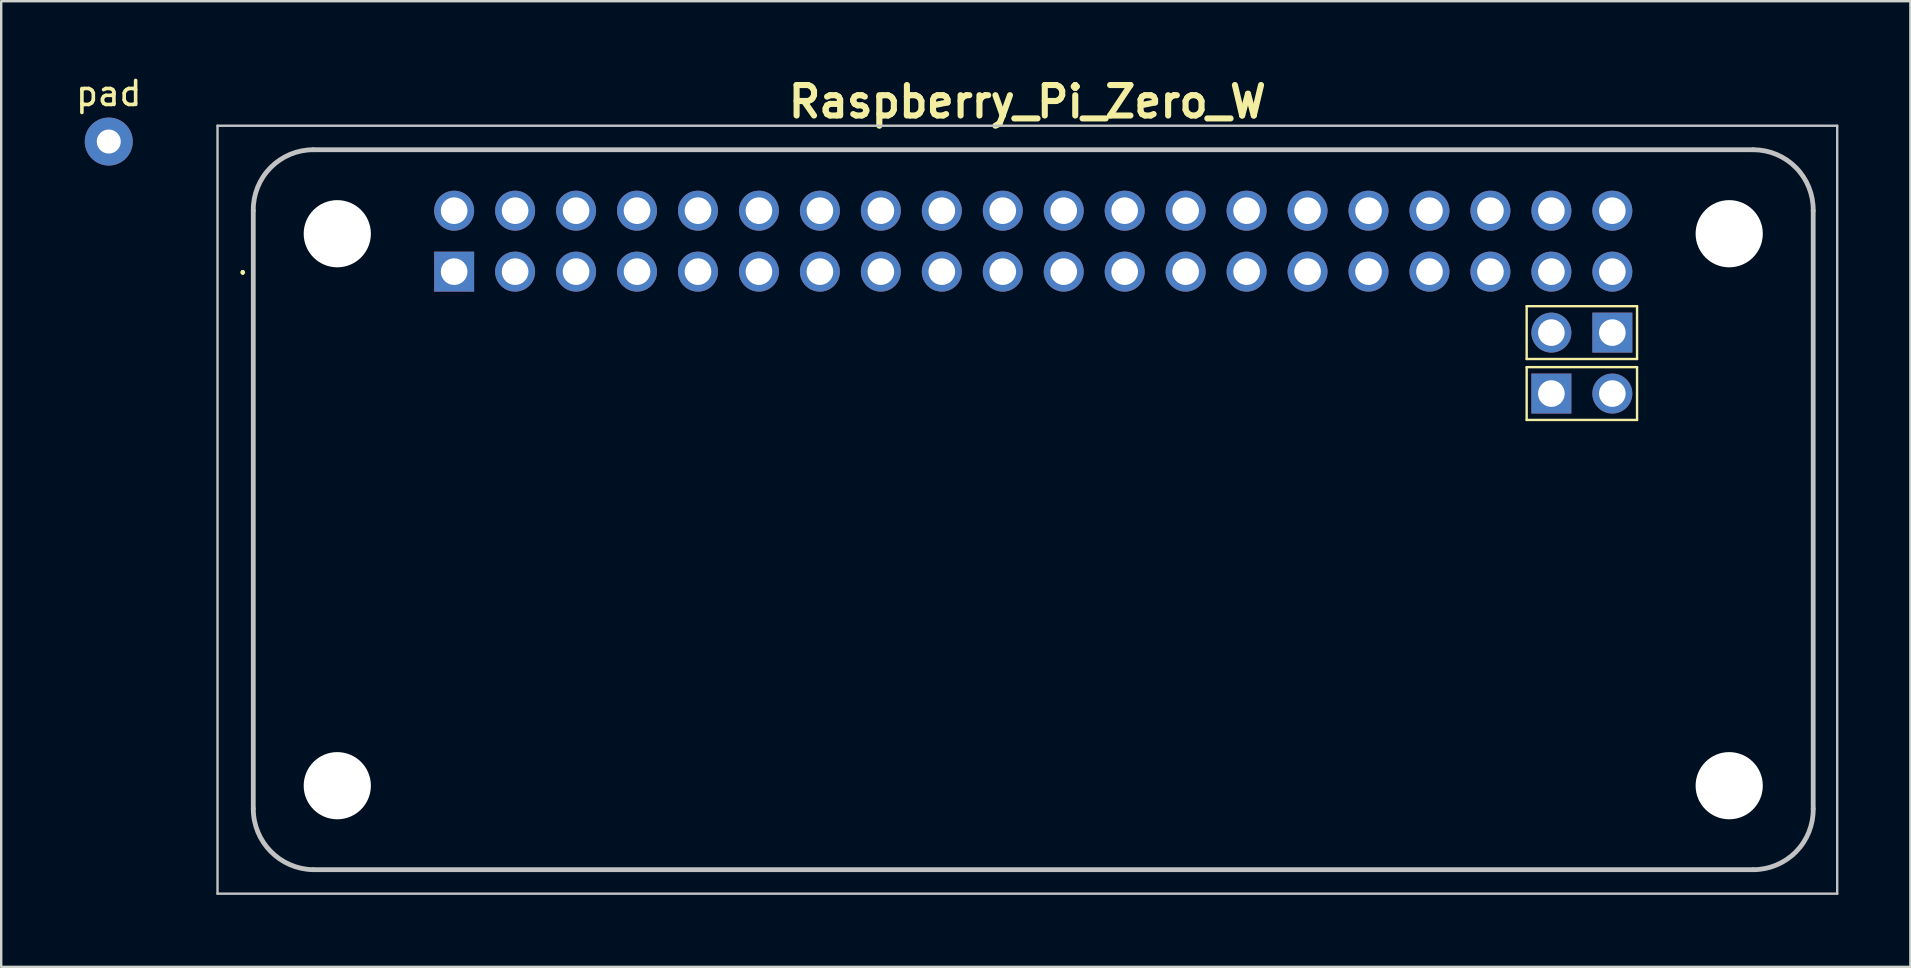
<source format=kicad_pcb>
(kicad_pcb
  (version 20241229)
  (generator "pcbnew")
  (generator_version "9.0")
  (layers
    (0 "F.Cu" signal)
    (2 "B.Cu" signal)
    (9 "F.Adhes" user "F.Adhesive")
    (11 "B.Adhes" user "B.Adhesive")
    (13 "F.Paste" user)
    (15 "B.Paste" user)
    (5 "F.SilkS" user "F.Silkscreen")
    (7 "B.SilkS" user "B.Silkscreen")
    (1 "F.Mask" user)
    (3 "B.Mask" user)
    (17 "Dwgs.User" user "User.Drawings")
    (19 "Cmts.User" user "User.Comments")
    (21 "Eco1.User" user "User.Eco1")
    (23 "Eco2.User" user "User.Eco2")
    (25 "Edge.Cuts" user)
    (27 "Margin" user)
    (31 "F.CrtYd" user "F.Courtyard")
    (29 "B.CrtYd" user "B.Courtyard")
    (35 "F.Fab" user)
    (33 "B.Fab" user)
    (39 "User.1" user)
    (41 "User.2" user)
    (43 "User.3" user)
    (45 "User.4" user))
  (footprint "Raspberry_Pi_Zero_W"
    (layer "F.Cu")
    (at 39.759 18.189)
    (property "Reference" "Raspberry_Pi_Zero_W" (at 0 -17 0) (layer "F.SilkS") (effects (font (size 1.27 1.27) (thickness 0.254))))
    (attr through_hole)
    (fp_line (start -32.695 -9.94) (end -32.695 -9.94) (stroke (width 0.1) (type solid)) (layer "F.SilkS"))
    (fp_line (start -32.695 -9.84) (end -32.695 -9.84) (stroke (width 0.1) (type solid)) (layer "F.SilkS"))
    (fp_line (start -32.255 -12.46) (end -32.255 12.46) (stroke (width 0.1) (type solid)) (layer "F.SilkS"))
    (fp_line (start -29.755 15) (end 30.245 15) (stroke (width 0.1) (type solid)) (layer "F.SilkS"))
    (fp_line (start 20.805 -8.48) (end 25.405 -8.48) (stroke (width 0.1) (type solid)) (layer "F.SilkS"))
    (fp_line (start 20.805 -6.28) (end 20.805 -8.48) (stroke (width 0.1) (type solid)) (layer "F.SilkS"))
    (fp_line (start 20.805 -5.94) (end 25.405 -5.94) (stroke (width 0.1) (type solid)) (layer "F.SilkS"))
    (fp_line (start 20.805 -3.74) (end 20.805 -5.94) (stroke (width 0.1) (type solid)) (layer "F.SilkS"))
    (fp_line (start 25.405 -8.48) (end 25.405 -6.28) (stroke (width 0.1) (type solid)) (layer "F.SilkS"))
    (fp_line (start 25.405 -6.28) (end 20.805 -6.28) (stroke (width 0.1) (type solid)) (layer "F.SilkS"))
    (fp_line (start 25.405 -5.94) (end 25.405 -3.74) (stroke (width 0.1) (type solid)) (layer "F.SilkS"))
    (fp_line (start 25.405 -3.74) (end 20.805 -3.74) (stroke (width 0.1) (type solid)) (layer "F.SilkS"))
    (fp_line (start 30.245 -15) (end -29.755 -15) (stroke (width 0.1) (type solid)) (layer "F.SilkS"))
    (fp_line (start 32.745 12.46) (end 32.745 -12.46) (stroke (width 0.1) (type solid)) (layer "F.SilkS"))
    (fp_arc (start -32.695 -9.94) (mid -32.645 -9.89) (end -32.695 -9.84) (stroke (width 0.1) (type solid)) (layer "F.SilkS"))
    (fp_arc (start -32.695 -9.84) (mid -32.745 -9.89) (end -32.695 -9.94) (stroke (width 0.1) (type solid)) (layer "F.SilkS"))
    (fp_arc (start -32.255061 -12.463955) (mid -31.535456 -14.254877) (end -29.755 -15) (stroke (width 0.1) (type solid)) (layer "F.SilkS"))
    (fp_arc (start -29.759015 14.999933) (mid -31.526564 14.240534) (end -32.255 12.46) (stroke (width 0.1) (type solid)) (layer "F.SilkS"))
    (fp_arc (start 30.249015 -14.999933) (mid 32.016564 -14.240534) (end 32.745 -12.46) (stroke (width 0.1) (type solid)) (layer "F.SilkS"))
    (fp_arc (start 32.745061 12.463955) (mid 32.025456 14.254877) (end 30.245 15) (stroke (width 0.1) (type solid)) (layer "F.SilkS"))
    (fp_line (start -33.745 -16) (end 33.745 -16) (stroke (width 0.1) (type solid)) (layer "Dwgs.User"))
    (fp_line (start -33.745 16) (end -33.745 -16) (stroke (width 0.1) (type solid)) (layer "Dwgs.User"))
    (fp_line (start -32.255 -12.46) (end -32.255 12.46) (stroke (width 0.2) (type solid)) (layer "Dwgs.User"))
    (fp_line (start -29.755 15) (end 30.245 15) (stroke (width 0.2) (type solid)) (layer "Dwgs.User"))
    (fp_line (start 30.245 -15) (end -29.755 -15) (stroke (width 0.2) (type solid)) (layer "Dwgs.User"))
    (fp_line (start 32.745 12.46) (end 32.745 -12.46) (stroke (width 0.2) (type solid)) (layer "Dwgs.User"))
    (fp_line (start 33.745 -16) (end 33.745 16) (stroke (width 0.1) (type solid)) (layer "Dwgs.User"))
    (fp_line (start 33.745 16) (end -33.745 16) (stroke (width 0.1) (type solid)) (layer "Dwgs.User"))
    (fp_arc (start -32.255061 -12.463955) (mid -31.535456 -14.254877) (end -29.755 -15) (stroke (width 0.2) (type solid)) (layer "Dwgs.User"))
    (fp_arc (start -29.759015 14.999933) (mid -31.526564 14.240534) (end -32.255 12.46) (stroke (width 0.2) (type solid)) (layer "Dwgs.User"))
    (fp_arc (start 30.248955 -14.999995) (mid 32.028229 -14.252057) (end 32.745 -12.46) (stroke (width 0.2) (type solid)) (layer "Dwgs.User"))
    (fp_arc (start 32.745061 12.463955) (mid 32.025456 14.254877) (end 30.245 15) (stroke (width 0.2) (type solid)) (layer "Dwgs.User"))
    (pad "" np_thru_hole circle (at -28.755 -11.5 90) (size 2.8 2.8) (drill 2.8) (layers "*.Cu" "*.Mask"))
    (pad "" np_thru_hole circle (at -28.755 11.5 90) (size 2.8 2.8) (drill 2.8) (layers "*.Cu" "*.Mask"))
    (pad "" np_thru_hole circle (at 29.245 -11.5 90) (size 2.8 2.8) (drill 2.8) (layers "*.Cu" "*.Mask"))
    (pad "" np_thru_hole circle (at 29.245 11.5 90) (size 2.8 2.8) (drill 2.8) (layers "*.Cu" "*.Mask"))
    (pad "1" thru_hole rect (at -23.885 -9.92 90) (size 1.665 1.665) (drill 1.11) (layers "*.Cu" "*.Mask"))
    (pad "2" thru_hole circle (at -23.885 -12.46 90) (size 1.665 1.665) (drill 1.11) (layers "*.Cu" "*.Mask"))
    (pad "3" thru_hole circle (at -21.345 -9.92 90) (size 1.665 1.665) (drill 1.11) (layers "*.Cu" "*.Mask"))
    (pad "4" thru_hole circle (at -21.345 -12.46 90) (size 1.665 1.665) (drill 1.11) (layers "*.Cu" "*.Mask"))
    (pad "5" thru_hole circle (at -18.805 -9.92 90) (size 1.665 1.665) (drill 1.11) (layers "*.Cu" "*.Mask"))
    (pad "6" thru_hole circle (at -18.805 -12.46 90) (size 1.665 1.665) (drill 1.11) (layers "*.Cu" "*.Mask"))
    (pad "7" thru_hole circle (at -16.265 -9.92 90) (size 1.665 1.665) (drill 1.11) (layers "*.Cu" "*.Mask"))
    (pad "8" thru_hole circle (at -16.265 -12.46 90) (size 1.665 1.665) (drill 1.11) (layers "*.Cu" "*.Mask"))
    (pad "9" thru_hole circle (at -13.725 -9.92 90) (size 1.665 1.665) (drill 1.11) (layers "*.Cu" "*.Mask"))
    (pad "10" thru_hole circle (at -13.725 -12.46 90) (size 1.665 1.665) (drill 1.11) (layers "*.Cu" "*.Mask"))
    (pad "11" thru_hole circle (at -11.185 -9.92 90) (size 1.665 1.665) (drill 1.11) (layers "*.Cu" "*.Mask"))
    (pad "12" thru_hole circle (at -11.185 -12.46 90) (size 1.665 1.665) (drill 1.11) (layers "*.Cu" "*.Mask"))
    (pad "13" thru_hole circle (at -8.645 -9.92 90) (size 1.665 1.665) (drill 1.11) (layers "*.Cu" "*.Mask"))
    (pad "14" thru_hole circle (at -8.645 -12.46 90) (size 1.665 1.665) (drill 1.11) (layers "*.Cu" "*.Mask"))
    (pad "15" thru_hole circle (at -6.105 -9.92 90) (size 1.665 1.665) (drill 1.11) (layers "*.Cu" "*.Mask"))
    (pad "16" thru_hole circle (at -6.105 -12.46 90) (size 1.665 1.665) (drill 1.11) (layers "*.Cu" "*.Mask"))
    (pad "17" thru_hole circle (at -3.565 -9.92 90) (size 1.665 1.665) (drill 1.11) (layers "*.Cu" "*.Mask"))
    (pad "18" thru_hole circle (at -3.565 -12.46 90) (size 1.665 1.665) (drill 1.11) (layers "*.Cu" "*.Mask"))
    (pad "19" thru_hole circle (at -1.025 -9.92 90) (size 1.665 1.665) (drill 1.11) (layers "*.Cu" "*.Mask"))
    (pad "20" thru_hole circle (at -1.025 -12.46 90) (size 1.665 1.665) (drill 1.11) (layers "*.Cu" "*.Mask"))
    (pad "21" thru_hole circle (at 1.515 -9.92 90) (size 1.665 1.665) (drill 1.11) (layers "*.Cu" "*.Mask"))
    (pad "22" thru_hole circle (at 1.515 -12.46 90) (size 1.665 1.665) (drill 1.11) (layers "*.Cu" "*.Mask"))
    (pad "23" thru_hole circle (at 4.055 -9.92 90) (size 1.665 1.665) (drill 1.11) (layers "*.Cu" "*.Mask"))
    (pad "24" thru_hole circle (at 4.055 -12.46 90) (size 1.665 1.665) (drill 1.11) (layers "*.Cu" "*.Mask"))
    (pad "25" thru_hole circle (at 6.595 -9.92 90) (size 1.665 1.665) (drill 1.11) (layers "*.Cu" "*.Mask"))
    (pad "26" thru_hole circle (at 6.595 -12.46 90) (size 1.665 1.665) (drill 1.11) (layers "*.Cu" "*.Mask"))
    (pad "27" thru_hole circle (at 9.135 -9.92 90) (size 1.665 1.665) (drill 1.11) (layers "*.Cu" "*.Mask"))
    (pad "28" thru_hole circle (at 9.135 -12.46 90) (size 1.665 1.665) (drill 1.11) (layers "*.Cu" "*.Mask"))
    (pad "29" thru_hole circle (at 11.675 -9.92 90) (size 1.665 1.665) (drill 1.11) (layers "*.Cu" "*.Mask"))
    (pad "30" thru_hole circle (at 11.675 -12.46 90) (size 1.665 1.665) (drill 1.11) (layers "*.Cu" "*.Mask"))
    (pad "31" thru_hole circle (at 14.215 -9.92 90) (size 1.665 1.665) (drill 1.11) (layers "*.Cu" "*.Mask"))
    (pad "32" thru_hole circle (at 14.215 -12.46 90) (size 1.665 1.665) (drill 1.11) (layers "*.Cu" "*.Mask"))
    (pad "33" thru_hole circle (at 16.755 -9.92 90) (size 1.665 1.665) (drill 1.11) (layers "*.Cu" "*.Mask"))
    (pad "34" thru_hole circle (at 16.755 -12.46 90) (size 1.665 1.665) (drill 1.11) (layers "*.Cu" "*.Mask"))
    (pad "35" thru_hole circle (at 19.295 -9.92 90) (size 1.665 1.665) (drill 1.11) (layers "*.Cu" "*.Mask"))
    (pad "36" thru_hole circle (at 19.295 -12.46 90) (size 1.665 1.665) (drill 1.11) (layers "*.Cu" "*.Mask"))
    (pad "37" thru_hole circle (at 21.835 -9.92 90) (size 1.665 1.665) (drill 1.11) (layers "*.Cu" "*.Mask"))
    (pad "38" thru_hole circle (at 21.835 -12.46 90) (size 1.665 1.665) (drill 1.11) (layers "*.Cu" "*.Mask"))
    (pad "39" thru_hole circle (at 24.375 -9.92 90) (size 1.665 1.665) (drill 1.11) (layers "*.Cu" "*.Mask"))
    (pad "40" thru_hole circle (at 24.375 -12.46 90) (size 1.665 1.665) (drill 1.11) (layers "*.Cu" "*.Mask"))
    (pad "41" thru_hole rect (at 24.375 -7.38 90) (size 1.665 1.665) (drill 1.11) (layers "*.Cu" "*.Mask"))
    (pad "42" thru_hole circle (at 21.835 -7.38 90) (size 1.665 1.665) (drill 1.11) (layers "*.Cu" "*.Mask"))
    (pad "43" thru_hole rect (at 21.835 -4.84 90) (size 1.665 1.665) (drill 1.11) (layers "*.Cu" "*.Mask"))
    (pad "44" thru_hole circle (at 24.375 -4.84 90) (size 1.665 1.665) (drill 1.11) (layers "*.Cu" "*.Mask")))
  (footprint "pad"
    (layer "F.Cu")
    (at 1.482 2.848)
    (property "Reference" "pad" (at 0 -2 0) (layer "F.SilkS") (effects (font (size 1 1) (thickness 0.15))))
    (attr through_hole)
    (pad "1" thru_hole circle (at 0 0) (size 2 2) (drill 1) (layers "*.Cu" "*.Mask")))
  (gr_rect
    (start -3 -3)
    (end 76.554 37.239)
    (stroke (width 0.1) (type default))
    (fill no)
    (layer "Edge.Cuts")))
</source>
